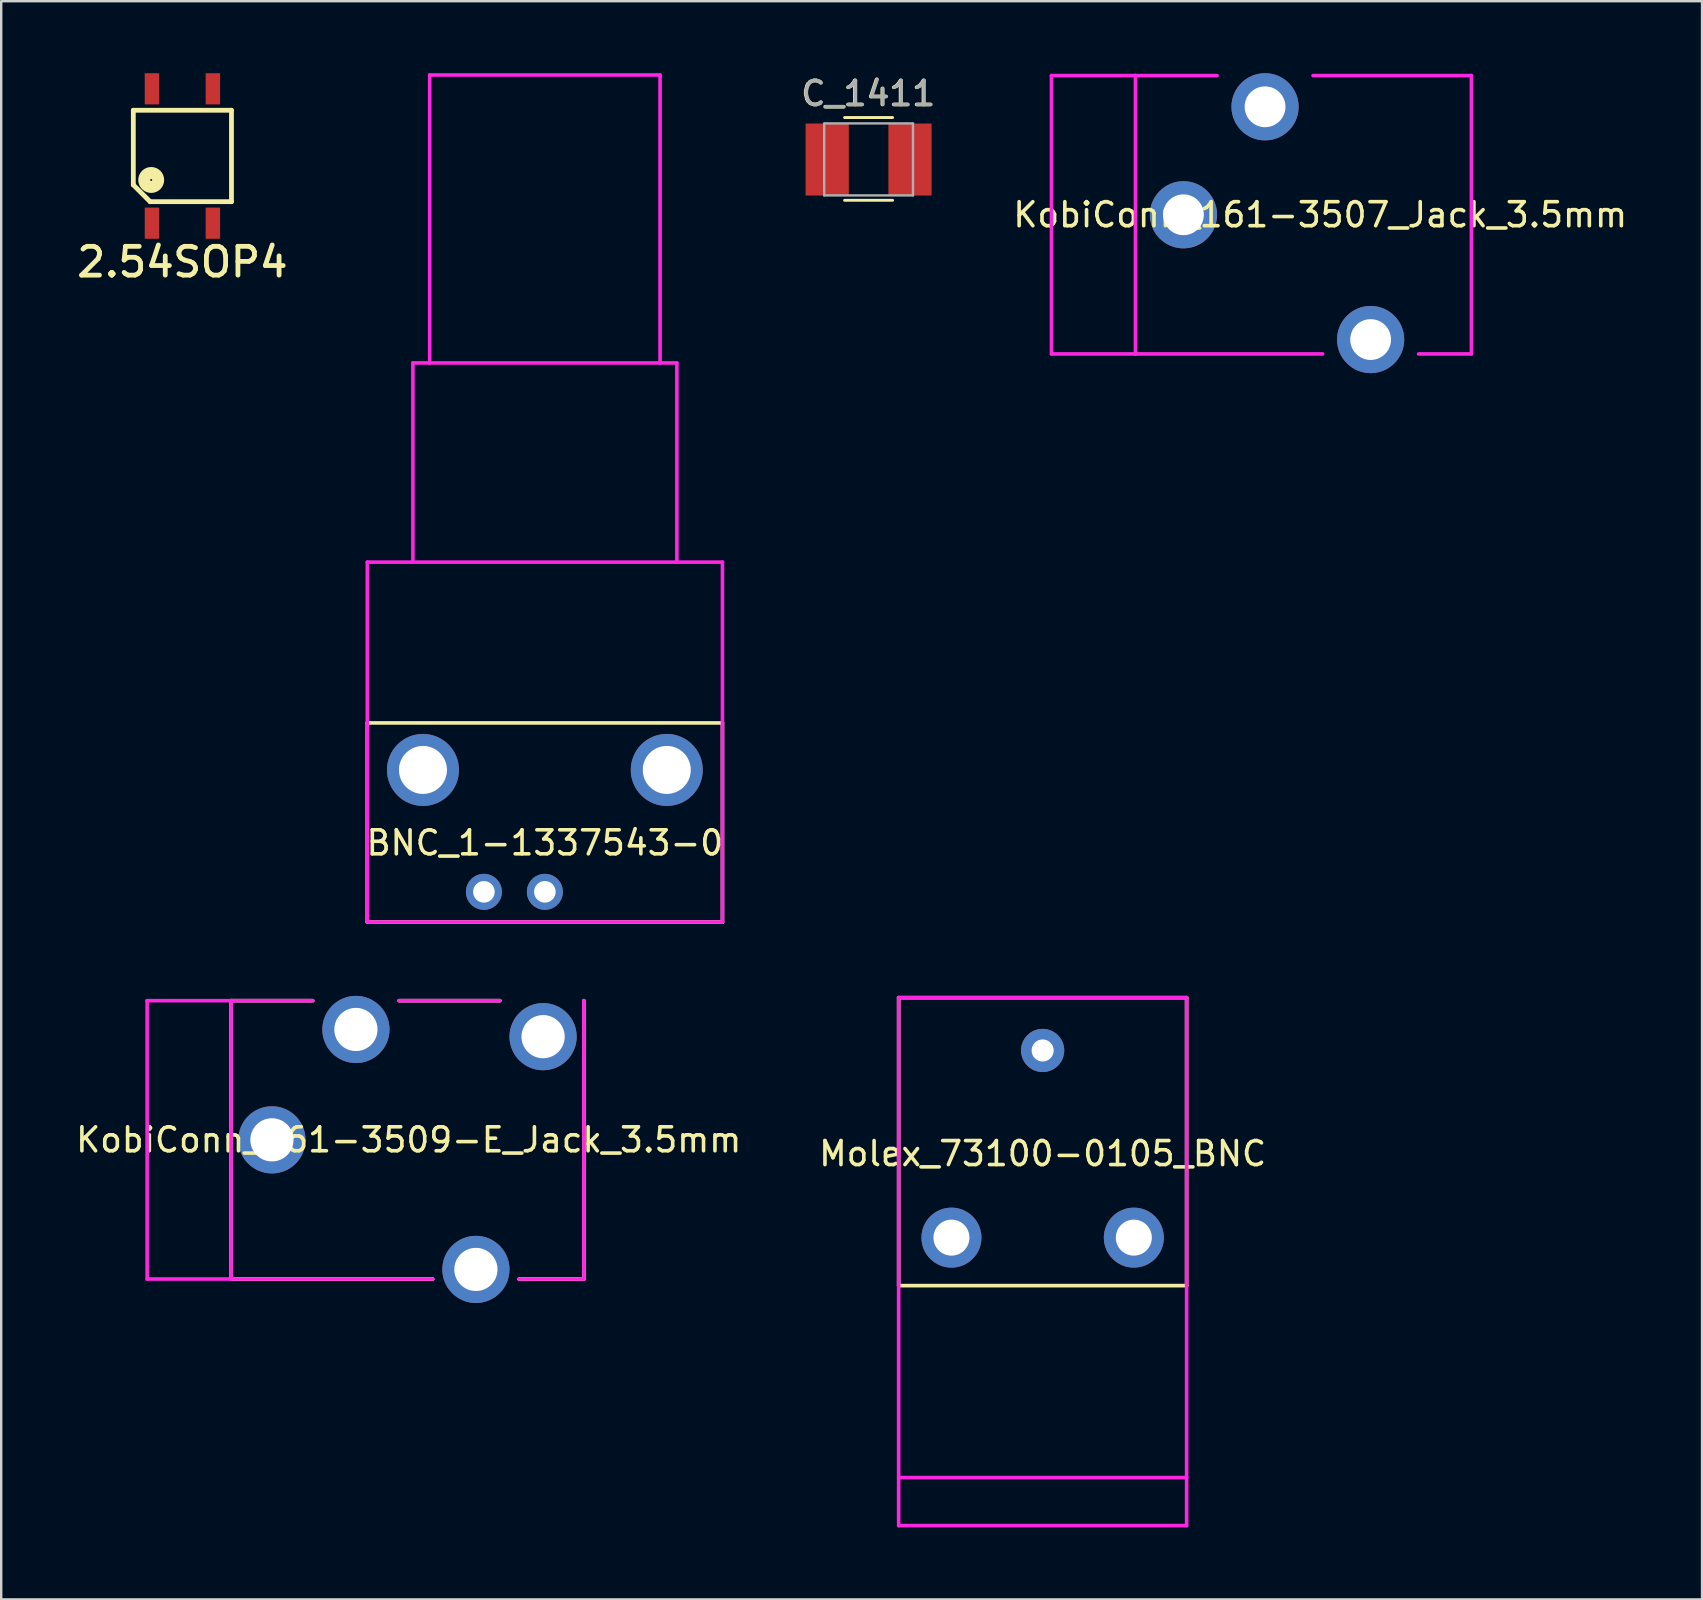
<source format=kicad_pcb>
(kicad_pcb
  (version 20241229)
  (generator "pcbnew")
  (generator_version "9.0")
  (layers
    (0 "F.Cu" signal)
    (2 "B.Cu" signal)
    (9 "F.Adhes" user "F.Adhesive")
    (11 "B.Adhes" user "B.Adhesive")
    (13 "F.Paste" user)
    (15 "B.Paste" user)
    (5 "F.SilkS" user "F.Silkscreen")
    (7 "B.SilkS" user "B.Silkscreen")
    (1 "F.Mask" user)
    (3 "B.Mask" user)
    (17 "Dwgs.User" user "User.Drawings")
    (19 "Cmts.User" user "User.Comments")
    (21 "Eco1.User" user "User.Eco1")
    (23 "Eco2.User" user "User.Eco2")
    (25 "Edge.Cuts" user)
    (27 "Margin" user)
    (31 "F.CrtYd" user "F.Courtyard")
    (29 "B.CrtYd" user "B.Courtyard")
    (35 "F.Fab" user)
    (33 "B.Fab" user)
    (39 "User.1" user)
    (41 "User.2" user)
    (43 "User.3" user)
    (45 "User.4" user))
  (footprint "Molex_73100-0105_BNC"
    (layer "F.Cu")
    (at 40.399 44.525)
    (property "Reference" "Molex_73100-0105_BNC" (at 0 0.5 0) (layer "F.SilkS") (effects (font (size 1 1) (thickness 0.15))))
    (attr through_hole)
    (fp_line (start -6 -6) (end 6 -6) (stroke (width 0.15) (type solid)) (layer "F.SilkS"))
    (fp_line (start -6 6) (end -6 -6) (stroke (width 0.15) (type solid)) (layer "F.SilkS"))
    (fp_line (start -6 6) (end 6 6) (stroke (width 0.15) (type solid)) (layer "F.SilkS"))
    (fp_line (start 6 -6) (end 6 6) (stroke (width 0.15) (type solid)) (layer "F.SilkS"))
    (fp_line (start -6 -6) (end 6 -6) (stroke (width 0.15) (type solid)) (layer "F.CrtYd"))
    (fp_line (start -6 14) (end 6 14) (stroke (width 0.15) (type solid)) (layer "F.CrtYd"))
    (fp_line (start -6 16) (end -6 -6) (stroke (width 0.15) (type solid)) (layer "F.CrtYd"))
    (fp_line (start 6 -6) (end 6 16) (stroke (width 0.15) (type solid)) (layer "F.CrtYd"))
    (fp_line (start 6 16) (end -6 16) (stroke (width 0.15) (type solid)) (layer "F.CrtYd"))
    (pad "1" thru_hole circle (at 0 -3.8) (size 1.8 1.8) (drill 0.92) (layers "*.Cu" "*.Mask"))
    (pad "2" thru_hole circle (at -3.8 4) (size 2.5 2.5) (drill 1.5) (layers "*.Cu" "*.Mask"))
    (pad "2" thru_hole circle (at 3.8 4) (size 2.5 2.5) (drill 1.5) (layers "*.Cu" "*.Mask")))
  (footprint "BNC_1-1337543-0"
    (layer "F.Cu")
    (at 19.656 31.575)
    (property "Reference" "BNC_1-1337543-0" (at 0 0.5 0) (layer "F.SilkS") (effects (font (size 1 1) (thickness 0.15))))
    (attr through_hole)
    (fp_line (start -7.4 -4.5) (end -7.4 3.8) (stroke (width 0.15) (type solid)) (layer "F.SilkS"))
    (fp_line (start -7.4 3.8) (end 7.4 3.8) (stroke (width 0.15) (type solid)) (layer "F.SilkS"))
    (fp_line (start 7.4 -4.5) (end -7.4 -4.5) (stroke (width 0.15) (type solid)) (layer "F.SilkS"))
    (fp_line (start 7.4 3.8) (end 7.4 -4.5) (stroke (width 0.15) (type solid)) (layer "F.SilkS"))
    (fp_line (start -7.4 -11.2) (end -7.4 3.8) (stroke (width 0.15) (type solid)) (layer "F.CrtYd"))
    (fp_line (start -7.4 3.8) (end 7.4 3.8) (stroke (width 0.15) (type solid)) (layer "F.CrtYd"))
    (fp_line (start -5.5 -19.5) (end -5.5 -11.2) (stroke (width 0.15) (type solid)) (layer "F.CrtYd"))
    (fp_line (start -4.8 -31.5) (end -4.8 -19.5) (stroke (width 0.15) (type solid)) (layer "F.CrtYd"))
    (fp_line (start 4.8 -31.5) (end -4.8 -31.5) (stroke (width 0.15) (type solid)) (layer "F.CrtYd"))
    (fp_line (start 4.8 -19.5) (end 4.8 -31.5) (stroke (width 0.15) (type solid)) (layer "F.CrtYd"))
    (fp_line (start 5.5 -19.5) (end -5.5 -19.5) (stroke (width 0.15) (type solid)) (layer "F.CrtYd"))
    (fp_line (start 5.5 -11.2) (end 5.5 -19.5) (stroke (width 0.15) (type solid)) (layer "F.CrtYd"))
    (fp_line (start 7.4 -11.2) (end -7.4 -11.2) (stroke (width 0.15) (type solid)) (layer "F.CrtYd"))
    (fp_line (start 7.4 3.8) (end 7.4 -11.2) (stroke (width 0.15) (type solid)) (layer "F.CrtYd"))
    (pad "1" thru_hole circle (at 0 2.54) (size 1.5 1.5) (drill 0.9) (layers "*.Cu" "*.Mask"))
    (pad "2" thru_hole circle (at -5.08 -2.54) (size 3 3) (drill 2) (layers "*.Cu" "*.Mask"))
    (pad "2" thru_hole circle (at -2.54 2.54) (size 1.5 1.5) (drill 0.9) (layers "*.Cu" "*.Mask"))
    (pad "2" thru_hole circle (at 5.08 -2.54) (size 3 3) (drill 2) (layers "*.Cu" "*.Mask")))
  (footprint "2.54SOP4"
    (layer "F.Cu")
    (at 4.551 3.45)
    (property "Reference" "2.54SOP4" (at 0 4.42 0) (layer "F.SilkS") (effects (font (size 1.2 1.2) (thickness 0.2))))
    (attr through_hole)
    (fp_line (start -2.045 -1.905) (end -2.045 1.205) (stroke (width 0.2) (type solid)) (layer "F.SilkS"))
    (fp_line (start -2.045 1.205) (end -1.345 1.905) (stroke (width 0.2) (type solid)) (layer "F.SilkS"))
    (fp_line (start -1.345 1.905) (end 2.045 1.905) (stroke (width 0.2) (type solid)) (layer "F.SilkS"))
    (fp_line (start 2.045 -1.905) (end -2.045 -1.905) (stroke (width 0.2) (type solid)) (layer "F.SilkS"))
    (fp_line (start 2.045 -1.905) (end 2.045 1.905) (stroke (width 0.2) (type solid)) (layer "F.SilkS"))
    (fp_circle (center -1.3 1) (end -1.3 1.29) (stroke (width 0.5) (type solid)) (fill no) (layer "F.SilkS"))
    (pad "1" smd rect (at -1.27 2.8) (size 0.6 1.3) (layers "F.Cu" "F.Mask" "F.Paste"))
    (pad "2" smd rect (at 1.27 2.8) (size 0.6 1.3) (layers "F.Cu" "F.Mask" "F.Paste"))
    (pad "3" smd rect (at 1.27 -2.8) (size 0.6 1.3) (layers "F.Cu" "F.Mask" "F.Paste"))
    (pad "4" smd rect (at -1.27 -2.8) (size 0.6 1.3) (layers "F.Cu" "F.Mask" "F.Paste")))
  (footprint "KobiConn_161-3507_Jack_3.5mm"
    (layer "F.Cu")
    (at 46.267 5.9)
    (property "Reference" "KobiConn_161-3507_Jack_3.5mm" (at 5.7 0 0) (layer "F.SilkS") (effects (font (size 1 1) (thickness 0.15))))
    (attr through_hole)
    (fp_line (start -5.5 -5.8) (end -2 -5.8) (stroke (width 0.15) (type solid)) (layer "F.CrtYd"))
    (fp_line (start -5.5 5.8) (end -5.5 -5.8) (stroke (width 0.15) (type solid)) (layer "F.CrtYd"))
    (fp_line (start -2 -5.8) (end -2 5.8) (stroke (width 0.15) (type solid)) (layer "F.CrtYd"))
    (fp_line (start -2 -5.8) (end 1.4 -5.8) (stroke (width 0.15) (type solid)) (layer "F.CrtYd"))
    (fp_line (start -2 5.8) (end -5.5 5.8) (stroke (width 0.15) (type solid)) (layer "F.CrtYd"))
    (fp_line (start 5.4 -5.8) (end 12 -5.8) (stroke (width 0.15) (type solid)) (layer "F.CrtYd"))
    (fp_line (start 5.8 5.8) (end -2 5.8) (stroke (width 0.15) (type solid)) (layer "F.CrtYd"))
    (fp_line (start 12 -5.8) (end 12 5.8) (stroke (width 0.15) (type solid)) (layer "F.CrtYd"))
    (fp_line (start 12 5.8) (end 9.8 5.8) (stroke (width 0.15) (type solid)) (layer "F.CrtYd"))
    (pad "1" thru_hole circle (at 0 0) (size 2.8 2.8) (drill 1.7) (layers "*.Cu" "*.Mask"))
    (pad "2" thru_hole circle (at 7.8 5.2) (size 2.8 2.8) (drill 1.7) (layers "*.Cu" "*.Mask"))
    (pad "3" thru_hole circle (at 3.4 -4.5) (size 2.8 2.8) (drill 1.7) (layers "*.Cu" "*.Mask")))
  (footprint "KobiConn_161-3509-E_Jack_3.5mm"
    (layer "F.Cu")
    (at 8.282 44.45)
    (property "Reference" "KobiConn_161-3509-E_Jack_3.5mm" (at 5.7 0 0) (layer "F.SilkS") (effects (font (size 1 1) (thickness 0.15))))
    (attr through_hole)
    (fp_line (start -1.7 -5.8) (end -1.7 5.8) (stroke (width 0.15) (type solid)) (layer "F.SilkS"))
    (fp_line (start -1.7 -5.8) (end 1.7 -5.8) (stroke (width 0.15) (type solid)) (layer "F.SilkS"))
    (fp_line (start 5.3 -5.8) (end 9.5 -5.8) (stroke (width 0.15) (type solid)) (layer "F.SilkS"))
    (fp_line (start 6.7 5.8) (end -1.7 5.8) (stroke (width 0.15) (type solid)) (layer "F.SilkS"))
    (fp_line (start 13 -5.8) (end 13 5.8) (stroke (width 0.15) (type solid)) (layer "F.SilkS"))
    (fp_line (start 13 5.8) (end 10.3 5.8) (stroke (width 0.15) (type solid)) (layer "F.SilkS"))
    (fp_line (start -5.2 -5.8) (end -1.7 -5.8) (stroke (width 0.15) (type solid)) (layer "F.CrtYd"))
    (fp_line (start -5.2 5.8) (end -5.2 -5.8) (stroke (width 0.15) (type solid)) (layer "F.CrtYd"))
    (fp_line (start -1.7 -5.8) (end -1.7 5.8) (stroke (width 0.15) (type solid)) (layer "F.CrtYd"))
    (fp_line (start -1.7 -5.8) (end 1.7 -5.8) (stroke (width 0.15) (type solid)) (layer "F.CrtYd"))
    (fp_line (start -1.7 5.8) (end -5.2 5.8) (stroke (width 0.15) (type solid)) (layer "F.CrtYd"))
    (fp_line (start 5.3 -5.8) (end 9.5 -5.8) (stroke (width 0.15) (type solid)) (layer "F.CrtYd"))
    (fp_line (start 6.7 5.8) (end -1.7 5.8) (stroke (width 0.15) (type solid)) (layer "F.CrtYd"))
    (fp_line (start 13 -5.8) (end 13 5.8) (stroke (width 0.15) (type solid)) (layer "F.CrtYd"))
    (fp_line (start 13 5.8) (end 10.3 5.8) (stroke (width 0.15) (type solid)) (layer "F.CrtYd"))
    (pad "1" thru_hole circle (at 0 0) (size 2.8 2.8) (drill 1.8) (layers "*.Cu" "*.Mask"))
    (pad "2" thru_hole circle (at 8.5 5.4) (size 2.8 2.8) (drill 1.8) (layers "*.Cu" "*.Mask"))
    (pad "3" thru_hole circle (at 3.5 -4.6) (size 2.8 2.8) (drill 1.8) (layers "*.Cu" "*.Mask"))
    (pad "4" thru_hole circle (at 11.3 -4.3) (size 2.8 2.8) (drill 1.8) (layers "*.Cu" "*.Mask")))
  (footprint "C_1411"
    (layer "F.Cu")
    (at 33.146 3.598)
    (property "Reference" "C_1411" (at -0.025 -2.75 0) (layer "F.SilkS") (effects (font (size 1 1) (thickness 0.15))))
    (attr smd)
    (fp_line (start -1 1.7) (end 1 1.7) (stroke (width 0.12) (type solid)) (layer "F.SilkS"))
    (fp_line (start 1 -1.75) (end -1 -1.75) (stroke (width 0.12) (type solid)) (layer "F.SilkS"))
    (fp_line (start -1.85 1.495) (end -1.85 -1.495) (stroke (width 0.1) (type solid)) (layer "F.Fab"))
    (fp_line (start 1.85 -1.505) (end -1.85 -1.505) (stroke (width 0.1) (type solid)) (layer "F.Fab"))
    (fp_line (start 1.85 1.495) (end -1.85 1.495) (stroke (width 0.1) (type solid)) (layer "F.Fab"))
    (fp_line (start 1.85 1.495) (end 1.85 -1.495) (stroke (width 0.1) (type solid)) (layer "F.Fab"))
    (fp_text user "${REFERENCE}" (at 0 -2.75 0) (layer "F.Fab") (effects (font (size 1 1) (thickness 0.15))))
    (pad "1" smd rect (at -1.725 0) (size 1.8 3) (layers "F.Cu" "F.Mask" "F.Paste"))
    (pad "2" smd rect (at 1.725 0) (size 1.8 3) (layers "F.Cu" "F.Mask" "F.Paste")))
  (gr_rect
    (start -3 -3)
    (end 67.878 63.6)
    (stroke (width 0.1) (type default))
    (fill no)
    (layer "Edge.Cuts")))
</source>
